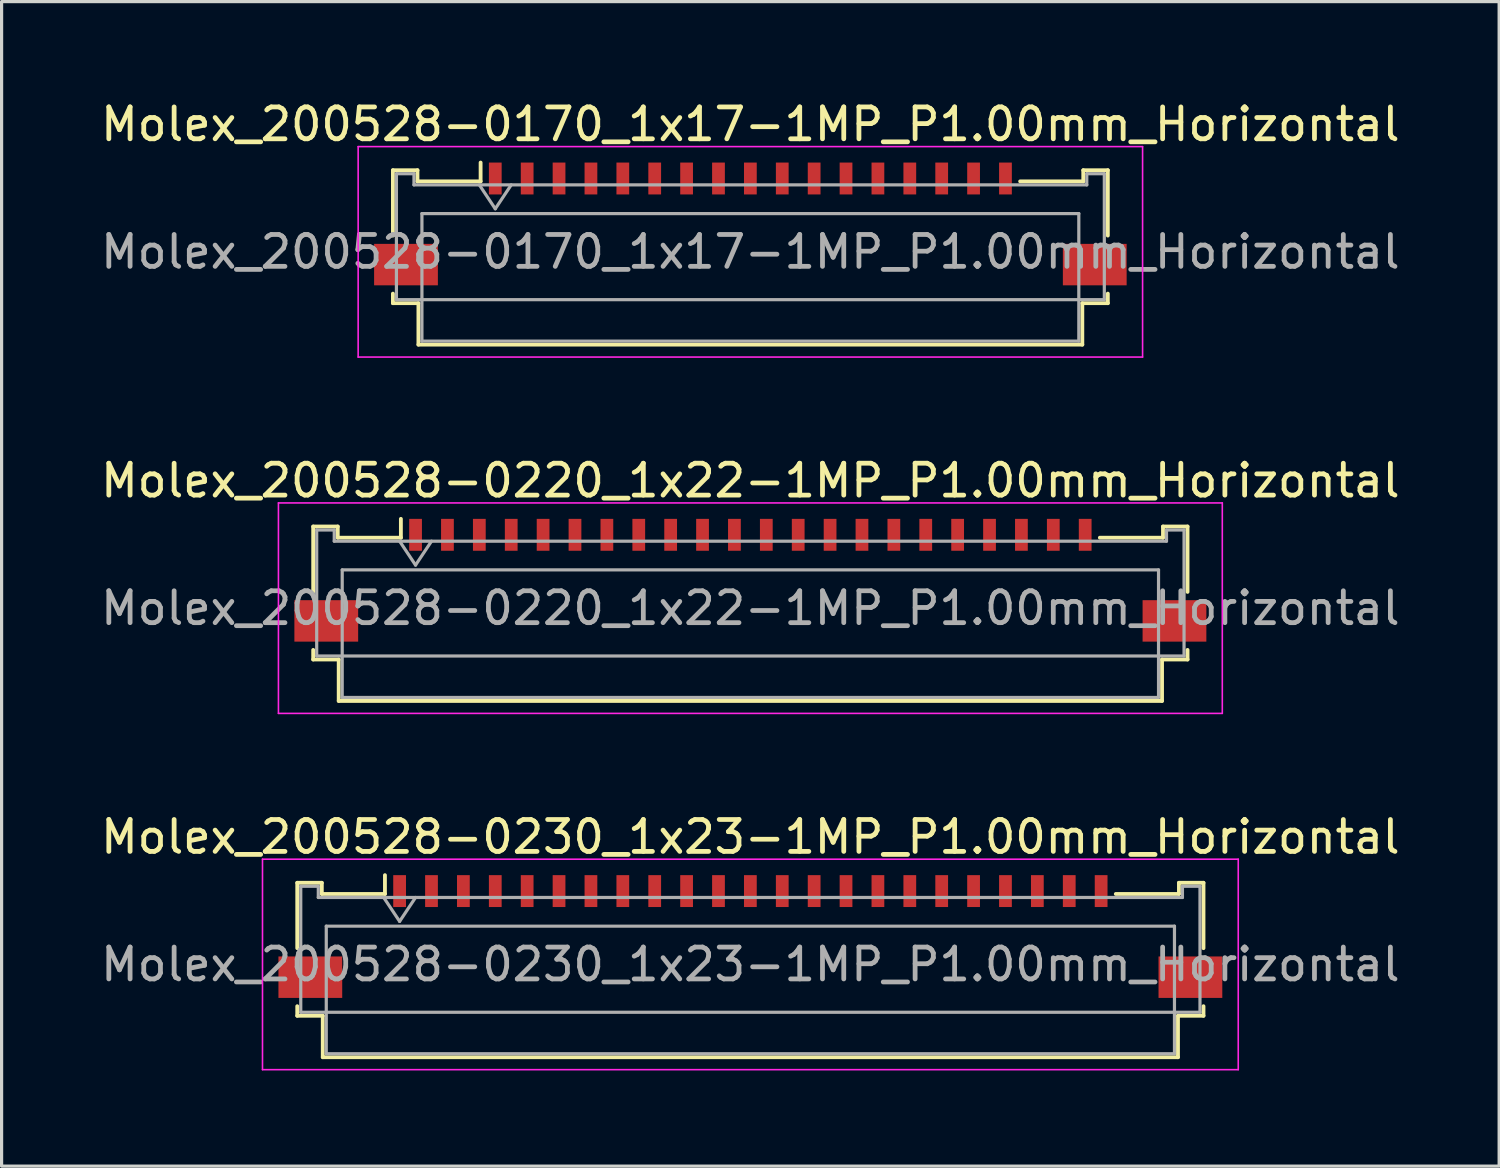
<source format=kicad_pcb>
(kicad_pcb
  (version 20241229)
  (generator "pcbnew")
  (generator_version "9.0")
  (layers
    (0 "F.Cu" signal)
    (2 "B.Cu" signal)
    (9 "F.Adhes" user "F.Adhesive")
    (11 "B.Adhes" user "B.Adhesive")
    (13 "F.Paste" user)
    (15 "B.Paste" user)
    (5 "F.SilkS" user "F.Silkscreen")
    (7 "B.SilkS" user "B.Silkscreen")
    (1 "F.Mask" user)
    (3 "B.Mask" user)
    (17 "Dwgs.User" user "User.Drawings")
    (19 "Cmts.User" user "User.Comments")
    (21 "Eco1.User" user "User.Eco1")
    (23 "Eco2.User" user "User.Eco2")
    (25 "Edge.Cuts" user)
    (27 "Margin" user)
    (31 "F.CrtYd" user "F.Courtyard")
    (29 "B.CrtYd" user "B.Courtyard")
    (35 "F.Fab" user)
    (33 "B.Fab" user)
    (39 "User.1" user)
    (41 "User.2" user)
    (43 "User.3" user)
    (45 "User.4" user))
  (footprint "Molex_200528-0220_1x22-1MP_P1.00mm_Horizontal"
    (layer "F.Cu")
    (at 20.482 14.632)
    (property "Reference" "Molex_200528-0220_1x22-1MP_P1.00mm_Horizontal" (at 0 -2.61 0) (layer "F.SilkS") (effects (font (size 1 1) (thickness 0.15))))
    (attr smd)
    (fp_line (start -13.71 -1.17) (end -13.71 0.88) (stroke (width 0.12) (type solid)) (layer "F.SilkS"))
    (fp_line (start -13.71 2.7) (end -13.71 3) (stroke (width 0.12) (type solid)) (layer "F.SilkS"))
    (fp_line (start -13.71 3) (end -12.91 3) (stroke (width 0.12) (type solid)) (layer "F.SilkS"))
    (fp_line (start -12.94 -1.17) (end -13.71 -1.17) (stroke (width 0.12) (type solid)) (layer "F.SilkS"))
    (fp_line (start -12.94 -0.82) (end -12.94 -1.17) (stroke (width 0.12) (type solid)) (layer "F.SilkS"))
    (fp_line (start -12.91 3) (end -12.91 4.3) (stroke (width 0.12) (type solid)) (layer "F.SilkS"))
    (fp_line (start -12.91 4.3) (end 12.91 4.3) (stroke (width 0.12) (type solid)) (layer "F.SilkS"))
    (fp_line (start -10.96 -1.41) (end -10.96 -0.82) (stroke (width 0.12) (type solid)) (layer "F.SilkS"))
    (fp_line (start -10.96 -0.82) (end -12.94 -0.82) (stroke (width 0.12) (type solid)) (layer "F.SilkS"))
    (fp_line (start 12.91 3) (end 13.71 3) (stroke (width 0.12) (type solid)) (layer "F.SilkS"))
    (fp_line (start 12.91 4.3) (end 12.91 3) (stroke (width 0.12) (type solid)) (layer "F.SilkS"))
    (fp_line (start 12.94 -1.17) (end 12.94 -0.82) (stroke (width 0.12) (type solid)) (layer "F.SilkS"))
    (fp_line (start 12.94 -0.82) (end 10.96 -0.82) (stroke (width 0.12) (type solid)) (layer "F.SilkS"))
    (fp_line (start 13.71 -1.17) (end 12.94 -1.17) (stroke (width 0.12) (type solid)) (layer "F.SilkS"))
    (fp_line (start 13.71 0.88) (end 13.71 -1.17) (stroke (width 0.12) (type solid)) (layer "F.SilkS"))
    (fp_line (start 13.71 3) (end 13.71 2.7) (stroke (width 0.12) (type solid)) (layer "F.SilkS"))
    (fp_line (start -14.8 -1.91) (end -14.8 4.69) (stroke (width 0.05) (type solid)) (layer "F.CrtYd"))
    (fp_line (start -14.8 4.69) (end 14.8 4.69) (stroke (width 0.05) (type solid)) (layer "F.CrtYd"))
    (fp_line (start 14.8 -1.91) (end -14.8 -1.91) (stroke (width 0.05) (type solid)) (layer "F.CrtYd"))
    (fp_line (start 14.8 4.69) (end 14.8 -1.91) (stroke (width 0.05) (type solid)) (layer "F.CrtYd"))
    (fp_line (start -13.6 -1.06) (end -13.6 2.89) (stroke (width 0.1) (type solid)) (layer "F.Fab"))
    (fp_line (start -13.6 2.89) (end 13.6 2.89) (stroke (width 0.1) (type solid)) (layer "F.Fab"))
    (fp_line (start -13.05 -1.06) (end -13.6 -1.06) (stroke (width 0.1) (type solid)) (layer "F.Fab"))
    (fp_line (start -13.05 -0.71) (end -13.05 -1.06) (stroke (width 0.1) (type solid)) (layer "F.Fab"))
    (fp_line (start -12.8 0.19) (end -12.8 4.19) (stroke (width 0.1) (type solid)) (layer "F.Fab"))
    (fp_line (start -12.8 4.19) (end 12.8 4.19) (stroke (width 0.1) (type solid)) (layer "F.Fab"))
    (fp_line (start -11 -0.71) (end -10.5 0.04) (stroke (width 0.1) (type solid)) (layer "F.Fab"))
    (fp_line (start -10.5 0.04) (end -10 -0.71) (stroke (width 0.1) (type solid)) (layer "F.Fab"))
    (fp_line (start 12.8 0.19) (end -12.8 0.19) (stroke (width 0.1) (type solid)) (layer "F.Fab"))
    (fp_line (start 12.8 4.19) (end 12.8 0.19) (stroke (width 0.1) (type solid)) (layer "F.Fab"))
    (fp_line (start 13.05 -1.06) (end 13.05 -0.71) (stroke (width 0.1) (type solid)) (layer "F.Fab"))
    (fp_line (start 13.05 -0.71) (end -13.05 -0.71) (stroke (width 0.1) (type solid)) (layer "F.Fab"))
    (fp_line (start 13.6 -1.06) (end 13.05 -1.06) (stroke (width 0.1) (type solid)) (layer "F.Fab"))
    (fp_line (start 13.6 2.89) (end 13.6 -1.06) (stroke (width 0.1) (type solid)) (layer "F.Fab"))
    (fp_text user "${REFERENCE}" (at 0 1.39 0) (layer "F.Fab") (effects (font (size 1 1) (thickness 0.15))))
    (pad "1" smd rect (at -10.5 -0.91) (size 0.4 1) (layers "F.Cu" "F.Mask" "F.Paste"))
    (pad "2" smd rect (at -9.5 -0.91) (size 0.4 1) (layers "F.Cu" "F.Mask" "F.Paste"))
    (pad "3" smd rect (at -8.5 -0.91) (size 0.4 1) (layers "F.Cu" "F.Mask" "F.Paste"))
    (pad "4" smd rect (at -7.5 -0.91) (size 0.4 1) (layers "F.Cu" "F.Mask" "F.Paste"))
    (pad "5" smd rect (at -6.5 -0.91) (size 0.4 1) (layers "F.Cu" "F.Mask" "F.Paste"))
    (pad "6" smd rect (at -5.5 -0.91) (size 0.4 1) (layers "F.Cu" "F.Mask" "F.Paste"))
    (pad "7" smd rect (at -4.5 -0.91) (size 0.4 1) (layers "F.Cu" "F.Mask" "F.Paste"))
    (pad "8" smd rect (at -3.5 -0.91) (size 0.4 1) (layers "F.Cu" "F.Mask" "F.Paste"))
    (pad "9" smd rect (at -2.5 -0.91) (size 0.4 1) (layers "F.Cu" "F.Mask" "F.Paste"))
    (pad "10" smd rect (at -1.5 -0.91) (size 0.4 1) (layers "F.Cu" "F.Mask" "F.Paste"))
    (pad "11" smd rect (at -0.5 -0.91) (size 0.4 1) (layers "F.Cu" "F.Mask" "F.Paste"))
    (pad "12" smd rect (at 0.5 -0.91) (size 0.4 1) (layers "F.Cu" "F.Mask" "F.Paste"))
    (pad "13" smd rect (at 1.5 -0.91) (size 0.4 1) (layers "F.Cu" "F.Mask" "F.Paste"))
    (pad "14" smd rect (at 2.5 -0.91) (size 0.4 1) (layers "F.Cu" "F.Mask" "F.Paste"))
    (pad "15" smd rect (at 3.5 -0.91) (size 0.4 1) (layers "F.Cu" "F.Mask" "F.Paste"))
    (pad "16" smd rect (at 4.5 -0.91) (size 0.4 1) (layers "F.Cu" "F.Mask" "F.Paste"))
    (pad "17" smd rect (at 5.5 -0.91) (size 0.4 1) (layers "F.Cu" "F.Mask" "F.Paste"))
    (pad "18" smd rect (at 6.5 -0.91) (size 0.4 1) (layers "F.Cu" "F.Mask" "F.Paste"))
    (pad "19" smd rect (at 7.5 -0.91) (size 0.4 1) (layers "F.Cu" "F.Mask" "F.Paste"))
    (pad "20" smd rect (at 8.5 -0.91) (size 0.4 1) (layers "F.Cu" "F.Mask" "F.Paste"))
    (pad "21" smd rect (at 9.5 -0.91) (size 0.4 1) (layers "F.Cu" "F.Mask" "F.Paste"))
    (pad "22" smd rect (at 10.5 -0.91) (size 0.4 1) (layers "F.Cu" "F.Mask" "F.Paste"))
    (pad "MP" smd rect (at -13.3 1.79) (size 2 1.3) (layers "F.Cu" "F.Mask" "F.Paste"))
    (pad "MP" smd rect (at 13.3 1.79) (size 2 1.3) (layers "F.Cu" "F.Mask" "F.Paste")))
  (footprint "Molex_200528-0170_1x17-1MP_P1.00mm_Horizontal"
    (layer "F.Cu")
    (at 20.482 3.458)
    (property "Reference" "Molex_200528-0170_1x17-1MP_P1.00mm_Horizontal" (at 0 -2.61 0) (layer "F.SilkS") (effects (font (size 1 1) (thickness 0.15))))
    (attr smd)
    (fp_line (start -11.21 -1.17) (end -11.21 0.88) (stroke (width 0.12) (type solid)) (layer "F.SilkS"))
    (fp_line (start -11.21 2.7) (end -11.21 3) (stroke (width 0.12) (type solid)) (layer "F.SilkS"))
    (fp_line (start -11.21 3) (end -10.41 3) (stroke (width 0.12) (type solid)) (layer "F.SilkS"))
    (fp_line (start -10.44 -1.17) (end -11.21 -1.17) (stroke (width 0.12) (type solid)) (layer "F.SilkS"))
    (fp_line (start -10.44 -0.82) (end -10.44 -1.17) (stroke (width 0.12) (type solid)) (layer "F.SilkS"))
    (fp_line (start -10.41 3) (end -10.41 4.3) (stroke (width 0.12) (type solid)) (layer "F.SilkS"))
    (fp_line (start -10.41 4.3) (end 10.41 4.3) (stroke (width 0.12) (type solid)) (layer "F.SilkS"))
    (fp_line (start -8.46 -1.41) (end -8.46 -0.82) (stroke (width 0.12) (type solid)) (layer "F.SilkS"))
    (fp_line (start -8.46 -0.82) (end -10.44 -0.82) (stroke (width 0.12) (type solid)) (layer "F.SilkS"))
    (fp_line (start 10.41 3) (end 11.21 3) (stroke (width 0.12) (type solid)) (layer "F.SilkS"))
    (fp_line (start 10.41 4.3) (end 10.41 3) (stroke (width 0.12) (type solid)) (layer "F.SilkS"))
    (fp_line (start 10.44 -1.17) (end 10.44 -0.82) (stroke (width 0.12) (type solid)) (layer "F.SilkS"))
    (fp_line (start 10.44 -0.82) (end 8.46 -0.82) (stroke (width 0.12) (type solid)) (layer "F.SilkS"))
    (fp_line (start 11.21 -1.17) (end 10.44 -1.17) (stroke (width 0.12) (type solid)) (layer "F.SilkS"))
    (fp_line (start 11.21 0.88) (end 11.21 -1.17) (stroke (width 0.12) (type solid)) (layer "F.SilkS"))
    (fp_line (start 11.21 3) (end 11.21 2.7) (stroke (width 0.12) (type solid)) (layer "F.SilkS"))
    (fp_line (start -12.3 -1.91) (end -12.3 4.69) (stroke (width 0.05) (type solid)) (layer "F.CrtYd"))
    (fp_line (start -12.3 4.69) (end 12.3 4.69) (stroke (width 0.05) (type solid)) (layer "F.CrtYd"))
    (fp_line (start 12.3 -1.91) (end -12.3 -1.91) (stroke (width 0.05) (type solid)) (layer "F.CrtYd"))
    (fp_line (start 12.3 4.69) (end 12.3 -1.91) (stroke (width 0.05) (type solid)) (layer "F.CrtYd"))
    (fp_line (start -11.1 -1.06) (end -11.1 2.89) (stroke (width 0.1) (type solid)) (layer "F.Fab"))
    (fp_line (start -11.1 2.89) (end 11.1 2.89) (stroke (width 0.1) (type solid)) (layer "F.Fab"))
    (fp_line (start -10.55 -1.06) (end -11.1 -1.06) (stroke (width 0.1) (type solid)) (layer "F.Fab"))
    (fp_line (start -10.55 -0.71) (end -10.55 -1.06) (stroke (width 0.1) (type solid)) (layer "F.Fab"))
    (fp_line (start -10.3 0.19) (end -10.3 4.19) (stroke (width 0.1) (type solid)) (layer "F.Fab"))
    (fp_line (start -10.3 4.19) (end 10.3 4.19) (stroke (width 0.1) (type solid)) (layer "F.Fab"))
    (fp_line (start -8.5 -0.71) (end -8 0.04) (stroke (width 0.1) (type solid)) (layer "F.Fab"))
    (fp_line (start -8 0.04) (end -7.5 -0.71) (stroke (width 0.1) (type solid)) (layer "F.Fab"))
    (fp_line (start 10.3 0.19) (end -10.3 0.19) (stroke (width 0.1) (type solid)) (layer "F.Fab"))
    (fp_line (start 10.3 4.19) (end 10.3 0.19) (stroke (width 0.1) (type solid)) (layer "F.Fab"))
    (fp_line (start 10.55 -1.06) (end 10.55 -0.71) (stroke (width 0.1) (type solid)) (layer "F.Fab"))
    (fp_line (start 10.55 -0.71) (end -10.55 -0.71) (stroke (width 0.1) (type solid)) (layer "F.Fab"))
    (fp_line (start 11.1 -1.06) (end 10.55 -1.06) (stroke (width 0.1) (type solid)) (layer "F.Fab"))
    (fp_line (start 11.1 2.89) (end 11.1 -1.06) (stroke (width 0.1) (type solid)) (layer "F.Fab"))
    (fp_text user "${REFERENCE}" (at 0 1.39 0) (layer "F.Fab") (effects (font (size 1 1) (thickness 0.15))))
    (pad "1" smd rect (at -8 -0.91) (size 0.4 1) (layers "F.Cu" "F.Mask" "F.Paste"))
    (pad "2" smd rect (at -7 -0.91) (size 0.4 1) (layers "F.Cu" "F.Mask" "F.Paste"))
    (pad "3" smd rect (at -6 -0.91) (size 0.4 1) (layers "F.Cu" "F.Mask" "F.Paste"))
    (pad "4" smd rect (at -5 -0.91) (size 0.4 1) (layers "F.Cu" "F.Mask" "F.Paste"))
    (pad "5" smd rect (at -4 -0.91) (size 0.4 1) (layers "F.Cu" "F.Mask" "F.Paste"))
    (pad "6" smd rect (at -3 -0.91) (size 0.4 1) (layers "F.Cu" "F.Mask" "F.Paste"))
    (pad "7" smd rect (at -2 -0.91) (size 0.4 1) (layers "F.Cu" "F.Mask" "F.Paste"))
    (pad "8" smd rect (at -1 -0.91) (size 0.4 1) (layers "F.Cu" "F.Mask" "F.Paste"))
    (pad "9" smd rect (at 0 -0.91) (size 0.4 1) (layers "F.Cu" "F.Mask" "F.Paste"))
    (pad "10" smd rect (at 1 -0.91) (size 0.4 1) (layers "F.Cu" "F.Mask" "F.Paste"))
    (pad "11" smd rect (at 2 -0.91) (size 0.4 1) (layers "F.Cu" "F.Mask" "F.Paste"))
    (pad "12" smd rect (at 3 -0.91) (size 0.4 1) (layers "F.Cu" "F.Mask" "F.Paste"))
    (pad "13" smd rect (at 4 -0.91) (size 0.4 1) (layers "F.Cu" "F.Mask" "F.Paste"))
    (pad "14" smd rect (at 5 -0.91) (size 0.4 1) (layers "F.Cu" "F.Mask" "F.Paste"))
    (pad "15" smd rect (at 6 -0.91) (size 0.4 1) (layers "F.Cu" "F.Mask" "F.Paste"))
    (pad "16" smd rect (at 7 -0.91) (size 0.4 1) (layers "F.Cu" "F.Mask" "F.Paste"))
    (pad "17" smd rect (at 8 -0.91) (size 0.4 1) (layers "F.Cu" "F.Mask" "F.Paste"))
    (pad "MP" smd rect (at -10.8 1.79) (size 2 1.3) (layers "F.Cu" "F.Mask" "F.Paste"))
    (pad "MP" smd rect (at 10.8 1.79) (size 2 1.3) (layers "F.Cu" "F.Mask" "F.Paste")))
  (footprint "Molex_200528-0230_1x23-1MP_P1.00mm_Horizontal"
    (layer "F.Cu")
    (at 20.482 25.805)
    (property "Reference" "Molex_200528-0230_1x23-1MP_P1.00mm_Horizontal" (at 0 -2.61 0) (layer "F.SilkS") (effects (font (size 1 1) (thickness 0.15))))
    (attr smd)
    (fp_line (start -14.21 -1.17) (end -14.21 0.88) (stroke (width 0.12) (type solid)) (layer "F.SilkS"))
    (fp_line (start -14.21 2.7) (end -14.21 3) (stroke (width 0.12) (type solid)) (layer "F.SilkS"))
    (fp_line (start -14.21 3) (end -13.41 3) (stroke (width 0.12) (type solid)) (layer "F.SilkS"))
    (fp_line (start -13.44 -1.17) (end -14.21 -1.17) (stroke (width 0.12) (type solid)) (layer "F.SilkS"))
    (fp_line (start -13.44 -0.82) (end -13.44 -1.17) (stroke (width 0.12) (type solid)) (layer "F.SilkS"))
    (fp_line (start -13.41 3) (end -13.41 4.3) (stroke (width 0.12) (type solid)) (layer "F.SilkS"))
    (fp_line (start -13.41 4.3) (end 13.41 4.3) (stroke (width 0.12) (type solid)) (layer "F.SilkS"))
    (fp_line (start -11.46 -1.41) (end -11.46 -0.82) (stroke (width 0.12) (type solid)) (layer "F.SilkS"))
    (fp_line (start -11.46 -0.82) (end -13.44 -0.82) (stroke (width 0.12) (type solid)) (layer "F.SilkS"))
    (fp_line (start 13.41 3) (end 14.21 3) (stroke (width 0.12) (type solid)) (layer "F.SilkS"))
    (fp_line (start 13.41 4.3) (end 13.41 3) (stroke (width 0.12) (type solid)) (layer "F.SilkS"))
    (fp_line (start 13.44 -1.17) (end 13.44 -0.82) (stroke (width 0.12) (type solid)) (layer "F.SilkS"))
    (fp_line (start 13.44 -0.82) (end 11.46 -0.82) (stroke (width 0.12) (type solid)) (layer "F.SilkS"))
    (fp_line (start 14.21 -1.17) (end 13.44 -1.17) (stroke (width 0.12) (type solid)) (layer "F.SilkS"))
    (fp_line (start 14.21 0.88) (end 14.21 -1.17) (stroke (width 0.12) (type solid)) (layer "F.SilkS"))
    (fp_line (start 14.21 3) (end 14.21 2.7) (stroke (width 0.12) (type solid)) (layer "F.SilkS"))
    (fp_line (start -15.3 -1.91) (end -15.3 4.69) (stroke (width 0.05) (type solid)) (layer "F.CrtYd"))
    (fp_line (start -15.3 4.69) (end 15.3 4.69) (stroke (width 0.05) (type solid)) (layer "F.CrtYd"))
    (fp_line (start 15.3 -1.91) (end -15.3 -1.91) (stroke (width 0.05) (type solid)) (layer "F.CrtYd"))
    (fp_line (start 15.3 4.69) (end 15.3 -1.91) (stroke (width 0.05) (type solid)) (layer "F.CrtYd"))
    (fp_line (start -14.1 -1.06) (end -14.1 2.89) (stroke (width 0.1) (type solid)) (layer "F.Fab"))
    (fp_line (start -14.1 2.89) (end 14.1 2.89) (stroke (width 0.1) (type solid)) (layer "F.Fab"))
    (fp_line (start -13.55 -1.06) (end -14.1 -1.06) (stroke (width 0.1) (type solid)) (layer "F.Fab"))
    (fp_line (start -13.55 -0.71) (end -13.55 -1.06) (stroke (width 0.1) (type solid)) (layer "F.Fab"))
    (fp_line (start -13.3 0.19) (end -13.3 4.19) (stroke (width 0.1) (type solid)) (layer "F.Fab"))
    (fp_line (start -13.3 4.19) (end 13.3 4.19) (stroke (width 0.1) (type solid)) (layer "F.Fab"))
    (fp_line (start -11.5 -0.71) (end -11 0.04) (stroke (width 0.1) (type solid)) (layer "F.Fab"))
    (fp_line (start -11 0.04) (end -10.5 -0.71) (stroke (width 0.1) (type solid)) (layer "F.Fab"))
    (fp_line (start 13.3 0.19) (end -13.3 0.19) (stroke (width 0.1) (type solid)) (layer "F.Fab"))
    (fp_line (start 13.3 4.19) (end 13.3 0.19) (stroke (width 0.1) (type solid)) (layer "F.Fab"))
    (fp_line (start 13.55 -1.06) (end 13.55 -0.71) (stroke (width 0.1) (type solid)) (layer "F.Fab"))
    (fp_line (start 13.55 -0.71) (end -13.55 -0.71) (stroke (width 0.1) (type solid)) (layer "F.Fab"))
    (fp_line (start 14.1 -1.06) (end 13.55 -1.06) (stroke (width 0.1) (type solid)) (layer "F.Fab"))
    (fp_line (start 14.1 2.89) (end 14.1 -1.06) (stroke (width 0.1) (type solid)) (layer "F.Fab"))
    (fp_text user "${REFERENCE}" (at 0 1.39 0) (layer "F.Fab") (effects (font (size 1 1) (thickness 0.15))))
    (pad "1" smd rect (at -11 -0.91) (size 0.4 1) (layers "F.Cu" "F.Mask" "F.Paste"))
    (pad "2" smd rect (at -10 -0.91) (size 0.4 1) (layers "F.Cu" "F.Mask" "F.Paste"))
    (pad "3" smd rect (at -9 -0.91) (size 0.4 1) (layers "F.Cu" "F.Mask" "F.Paste"))
    (pad "4" smd rect (at -8 -0.91) (size 0.4 1) (layers "F.Cu" "F.Mask" "F.Paste"))
    (pad "5" smd rect (at -7 -0.91) (size 0.4 1) (layers "F.Cu" "F.Mask" "F.Paste"))
    (pad "6" smd rect (at -6 -0.91) (size 0.4 1) (layers "F.Cu" "F.Mask" "F.Paste"))
    (pad "7" smd rect (at -5 -0.91) (size 0.4 1) (layers "F.Cu" "F.Mask" "F.Paste"))
    (pad "8" smd rect (at -4 -0.91) (size 0.4 1) (layers "F.Cu" "F.Mask" "F.Paste"))
    (pad "9" smd rect (at -3 -0.91) (size 0.4 1) (layers "F.Cu" "F.Mask" "F.Paste"))
    (pad "10" smd rect (at -2 -0.91) (size 0.4 1) (layers "F.Cu" "F.Mask" "F.Paste"))
    (pad "11" smd rect (at -1 -0.91) (size 0.4 1) (layers "F.Cu" "F.Mask" "F.Paste"))
    (pad "12" smd rect (at 0 -0.91) (size 0.4 1) (layers "F.Cu" "F.Mask" "F.Paste"))
    (pad "13" smd rect (at 1 -0.91) (size 0.4 1) (layers "F.Cu" "F.Mask" "F.Paste"))
    (pad "14" smd rect (at 2 -0.91) (size 0.4 1) (layers "F.Cu" "F.Mask" "F.Paste"))
    (pad "15" smd rect (at 3 -0.91) (size 0.4 1) (layers "F.Cu" "F.Mask" "F.Paste"))
    (pad "16" smd rect (at 4 -0.91) (size 0.4 1) (layers "F.Cu" "F.Mask" "F.Paste"))
    (pad "17" smd rect (at 5 -0.91) (size 0.4 1) (layers "F.Cu" "F.Mask" "F.Paste"))
    (pad "18" smd rect (at 6 -0.91) (size 0.4 1) (layers "F.Cu" "F.Mask" "F.Paste"))
    (pad "19" smd rect (at 7 -0.91) (size 0.4 1) (layers "F.Cu" "F.Mask" "F.Paste"))
    (pad "20" smd rect (at 8 -0.91) (size 0.4 1) (layers "F.Cu" "F.Mask" "F.Paste"))
    (pad "21" smd rect (at 9 -0.91) (size 0.4 1) (layers "F.Cu" "F.Mask" "F.Paste"))
    (pad "22" smd rect (at 10 -0.91) (size 0.4 1) (layers "F.Cu" "F.Mask" "F.Paste"))
    (pad "23" smd rect (at 11 -0.91) (size 0.4 1) (layers "F.Cu" "F.Mask" "F.Paste"))
    (pad "MP" smd rect (at -13.8 1.79) (size 2 1.3) (layers "F.Cu" "F.Mask" "F.Paste"))
    (pad "MP" smd rect (at 13.8 1.79) (size 2 1.3) (layers "F.Cu" "F.Mask" "F.Paste")))
  (gr_rect
    (start -3 -3)
    (end 43.964 33.52)
    (stroke (width 0.1) (type default))
    (fill no)
    (layer "Edge.Cuts")))
</source>
